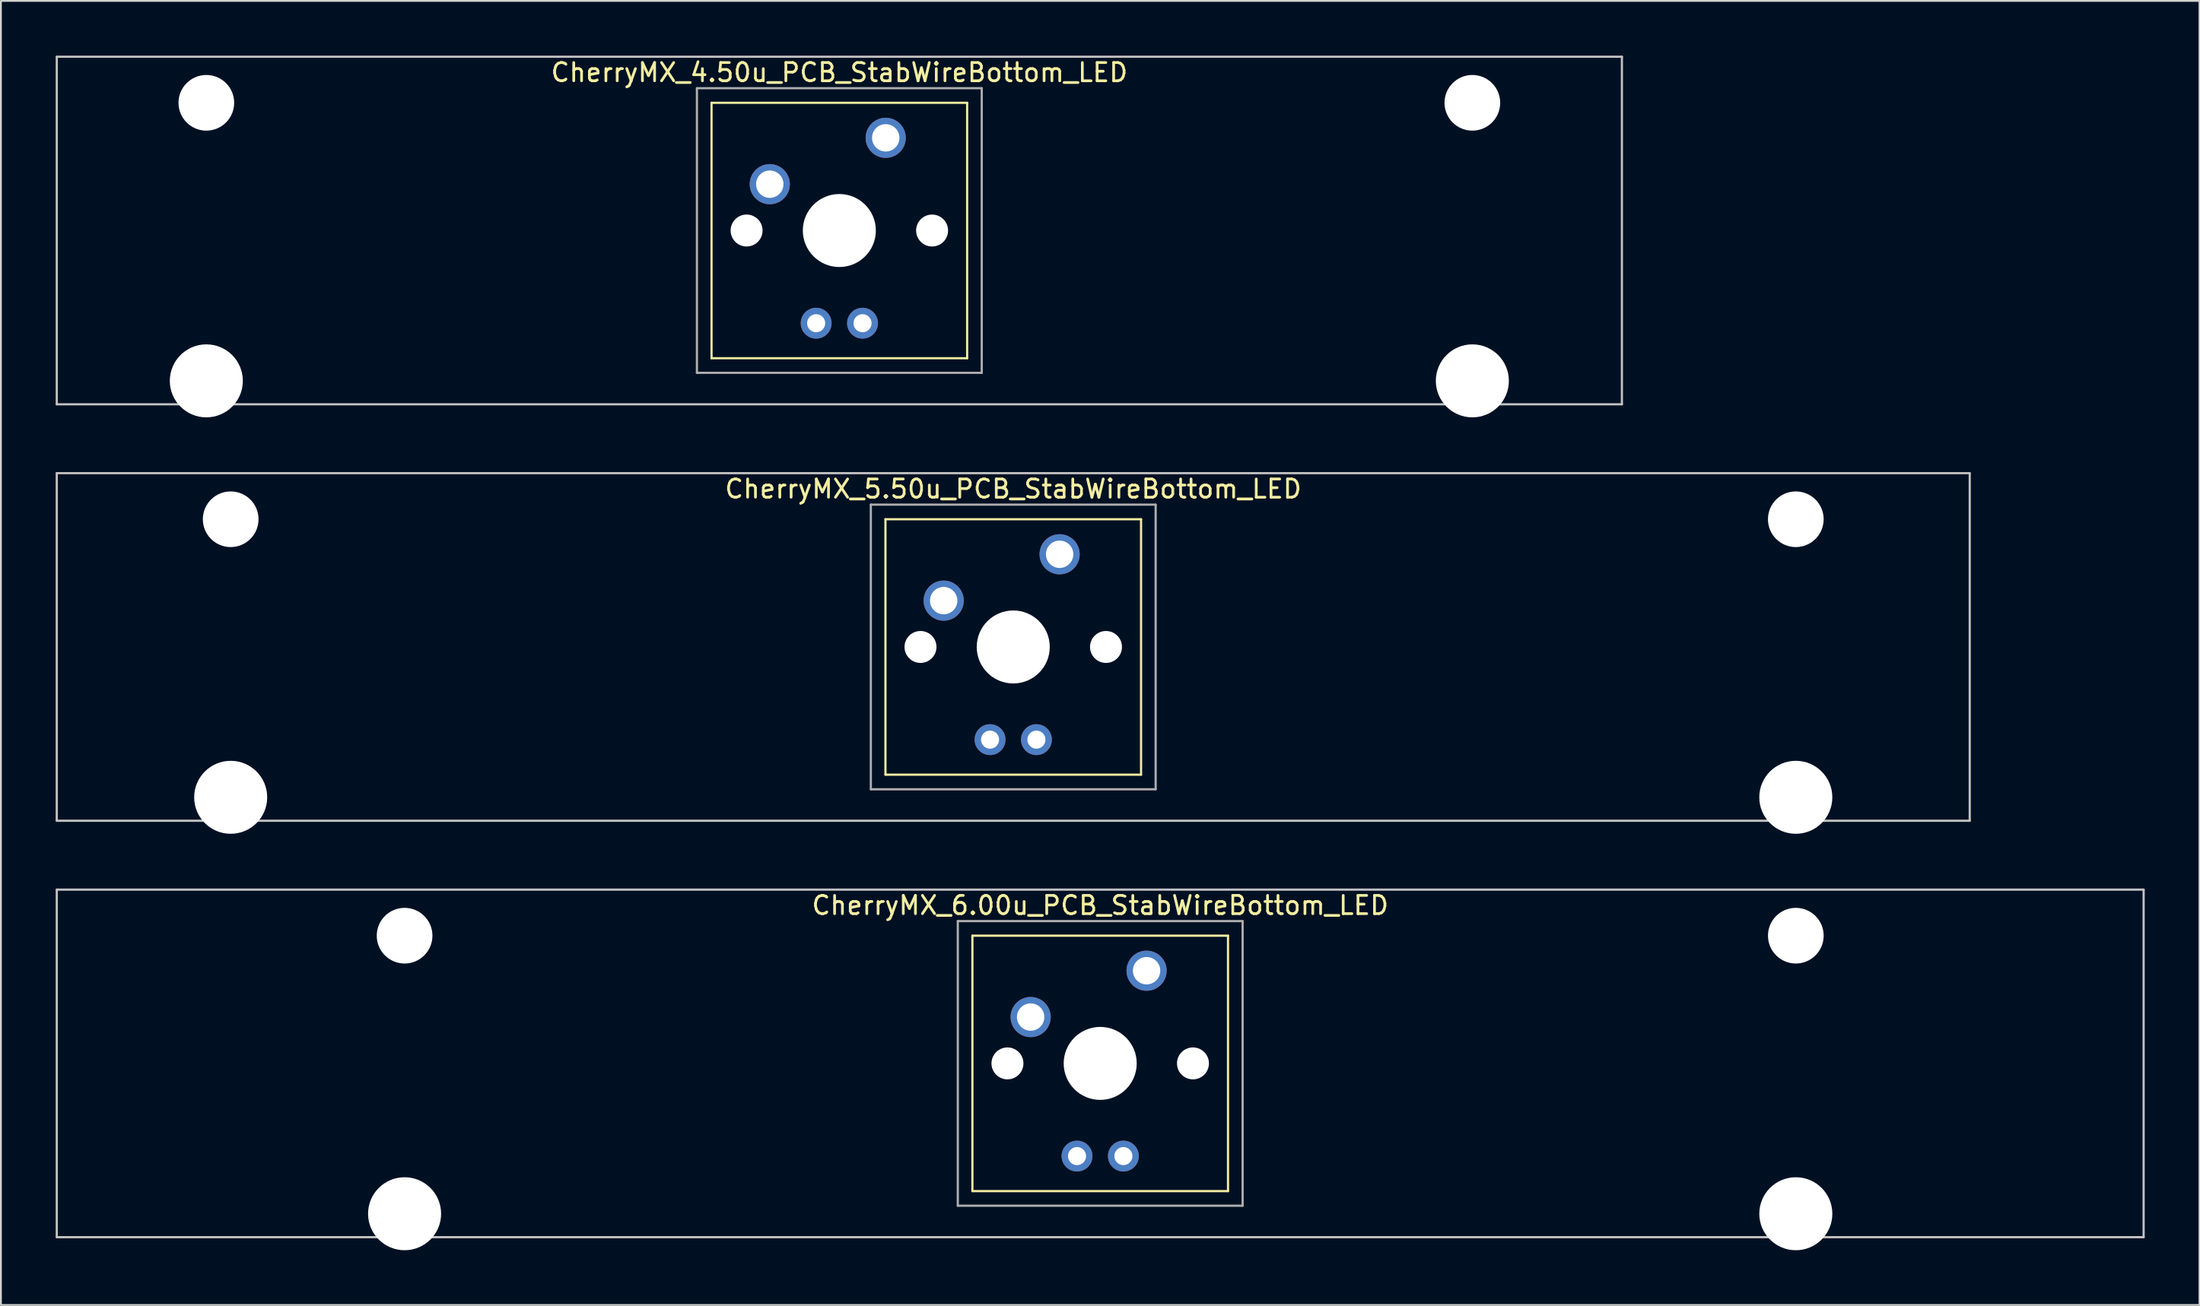
<source format=kicad_pcb>
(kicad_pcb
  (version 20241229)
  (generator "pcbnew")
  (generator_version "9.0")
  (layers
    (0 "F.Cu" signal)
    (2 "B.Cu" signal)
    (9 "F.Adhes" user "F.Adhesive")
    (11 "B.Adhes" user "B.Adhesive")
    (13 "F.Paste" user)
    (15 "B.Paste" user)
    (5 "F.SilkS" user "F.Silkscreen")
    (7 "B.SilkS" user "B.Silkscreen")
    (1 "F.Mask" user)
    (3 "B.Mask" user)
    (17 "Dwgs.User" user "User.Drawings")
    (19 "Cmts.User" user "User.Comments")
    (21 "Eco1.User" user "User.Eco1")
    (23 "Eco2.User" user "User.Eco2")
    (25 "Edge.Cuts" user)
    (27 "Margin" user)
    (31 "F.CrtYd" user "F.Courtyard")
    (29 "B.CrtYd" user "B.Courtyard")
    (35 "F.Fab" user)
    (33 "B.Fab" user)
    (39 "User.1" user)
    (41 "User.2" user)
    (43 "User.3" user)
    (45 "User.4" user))
  (footprint "CherryMX_4.50u_PCB_StabWireBottom_LED"
    (layer "F.Cu")
    (at 42.922 9.585)
    (property "Reference" "CherryMX_4.50u_PCB_StabWireBottom_LED" (at 0 -8.662 0) (layer "F.SilkS") (effects (font (size 1 1) (thickness 0.15))))
    (attr through_hole)
    (fp_line (start -7 -7) (end -7 7) (stroke (width 0.12) (type solid)) (layer "F.SilkS"))
    (fp_line (start -7 -7) (end 7 -7) (stroke (width 0.12) (type solid)) (layer "F.SilkS"))
    (fp_line (start 7 -7) (end 7 7) (stroke (width 0.12) (type solid)) (layer "F.SilkS"))
    (fp_line (start 7 7) (end -7 7) (stroke (width 0.12) (type solid)) (layer "F.SilkS"))
    (fp_line (start -42.862 -9.525) (end 42.862 -9.525) (stroke (width 0.12) (type solid)) (layer "Dwgs.User"))
    (fp_line (start -42.862 9.525) (end -42.862 -9.525) (stroke (width 0.12) (type solid)) (layer "Dwgs.User"))
    (fp_line (start 42.862 -9.525) (end 42.862 9.525) (stroke (width 0.12) (type solid)) (layer "Dwgs.User"))
    (fp_line (start 42.862 9.525) (end -42.862 9.525) (stroke (width 0.12) (type solid)) (layer "Dwgs.User"))
    (fp_line (start -7.8 -7.8) (end -7.8 7.8) (stroke (width 0.12) (type solid)) (layer "F.Fab"))
    (fp_line (start -7.8 -7.8) (end 7.8 -7.8) (stroke (width 0.12) (type solid)) (layer "F.Fab"))
    (fp_line (start -7.8 7.8) (end 7.8 7.8) (stroke (width 0.12) (type solid)) (layer "F.Fab"))
    (fp_line (start 7.8 -7.8) (end 7.8 7.8) (stroke (width 0.12) (type solid)) (layer "F.Fab"))
    (pad "" np_thru_hole circle (at -34.671 -7) (size 3.05 3.05) (drill 3.05) (layers "*.Cu" "*.Mask"))
    (pad "" np_thru_hole circle (at -34.671 8.24) (size 4 4) (drill 4) (layers "*.Cu" "*.Mask"))
    (pad "" np_thru_hole circle (at -5.08 0) (size 1.75 1.75) (drill 1.75) (layers "*.Cu" "*.Mask"))
    (pad "" np_thru_hole circle (at 0 0) (size 4 4) (drill 4) (layers "*.Cu" "*.Mask"))
    (pad "" np_thru_hole circle (at 5.08 0) (size 1.75 1.75) (drill 1.75) (layers "*.Cu" "*.Mask"))
    (pad "" np_thru_hole circle (at 34.671 -7) (size 3.05 3.05) (drill 3.05) (layers "*.Cu" "*.Mask"))
    (pad "" np_thru_hole circle (at 34.671 8.24) (size 4 4) (drill 4) (layers "*.Cu" "*.Mask"))
    (pad "1" thru_hole circle (at -3.81 -2.54) (size 2.2 2.2) (drill 1.5) (layers "*.Cu" "*.Mask"))
    (pad "2" thru_hole circle (at 2.54 -5.08) (size 2.2 2.2) (drill 1.5) (layers "*.Cu" "*.Mask"))
    (pad "3" thru_hole circle (at -1.27 5.08) (size 1.691 1.691) (drill 0.991) (layers "*.Cu" "*.Mask"))
    (pad "4" thru_hole circle (at 1.27 5.08) (size 1.691 1.691) (drill 0.991) (layers "*.Cu" "*.Mask")))
  (footprint "CherryMX_5.50u_PCB_StabWireBottom_LED"
    (layer "F.Cu")
    (at 52.447 32.41)
    (property "Reference" "CherryMX_5.50u_PCB_StabWireBottom_LED" (at 0 -8.662 0) (layer "F.SilkS") (effects (font (size 1 1) (thickness 0.15))))
    (attr through_hole)
    (fp_line (start -7 -7) (end -7 7) (stroke (width 0.12) (type solid)) (layer "F.SilkS"))
    (fp_line (start -7 -7) (end 7 -7) (stroke (width 0.12) (type solid)) (layer "F.SilkS"))
    (fp_line (start 7 -7) (end 7 7) (stroke (width 0.12) (type solid)) (layer "F.SilkS"))
    (fp_line (start 7 7) (end -7 7) (stroke (width 0.12) (type solid)) (layer "F.SilkS"))
    (fp_line (start -52.388 -9.525) (end 52.388 -9.525) (stroke (width 0.12) (type solid)) (layer "Dwgs.User"))
    (fp_line (start -52.388 9.525) (end -52.388 -9.525) (stroke (width 0.12) (type solid)) (layer "Dwgs.User"))
    (fp_line (start 52.388 -9.525) (end 52.388 9.525) (stroke (width 0.12) (type solid)) (layer "Dwgs.User"))
    (fp_line (start 52.388 9.525) (end -52.388 9.525) (stroke (width 0.12) (type solid)) (layer "Dwgs.User"))
    (fp_line (start -7.8 -7.8) (end -7.8 7.8) (stroke (width 0.12) (type solid)) (layer "F.Fab"))
    (fp_line (start -7.8 -7.8) (end 7.8 -7.8) (stroke (width 0.12) (type solid)) (layer "F.Fab"))
    (fp_line (start -7.8 7.8) (end 7.8 7.8) (stroke (width 0.12) (type solid)) (layer "F.Fab"))
    (fp_line (start 7.8 -7.8) (end 7.8 7.8) (stroke (width 0.12) (type solid)) (layer "F.Fab"))
    (pad "" np_thru_hole circle (at -42.862 -7) (size 3.05 3.05) (drill 3.05) (layers "*.Cu" "*.Mask"))
    (pad "" np_thru_hole circle (at -42.862 8.24) (size 4 4) (drill 4) (layers "*.Cu" "*.Mask"))
    (pad "" np_thru_hole circle (at -5.08 0) (size 1.75 1.75) (drill 1.75) (layers "*.Cu" "*.Mask"))
    (pad "" np_thru_hole circle (at 0 0) (size 4 4) (drill 4) (layers "*.Cu" "*.Mask"))
    (pad "" np_thru_hole circle (at 5.08 0) (size 1.75 1.75) (drill 1.75) (layers "*.Cu" "*.Mask"))
    (pad "" np_thru_hole circle (at 42.862 -7) (size 3.05 3.05) (drill 3.05) (layers "*.Cu" "*.Mask"))
    (pad "" np_thru_hole circle (at 42.862 8.24) (size 4 4) (drill 4) (layers "*.Cu" "*.Mask"))
    (pad "1" thru_hole circle (at -3.81 -2.54) (size 2.2 2.2) (drill 1.5) (layers "*.Cu" "*.Mask"))
    (pad "2" thru_hole circle (at 2.54 -5.08) (size 2.2 2.2) (drill 1.5) (layers "*.Cu" "*.Mask"))
    (pad "3" thru_hole circle (at -1.27 5.08) (size 1.691 1.691) (drill 0.991) (layers "*.Cu" "*.Mask"))
    (pad "4" thru_hole circle (at 1.27 5.08) (size 1.691 1.691) (drill 0.991) (layers "*.Cu" "*.Mask")))
  (footprint "CherryMX_6.00u_PCB_StabWireBottom_LED"
    (layer "F.Cu")
    (at 57.21 55.235)
    (property "Reference" "CherryMX_6.00u_PCB_StabWireBottom_LED" (at 0 -8.662 0) (layer "F.SilkS") (effects (font (size 1 1) (thickness 0.15))))
    (attr through_hole)
    (fp_line (start -7 -7) (end -7 7) (stroke (width 0.12) (type solid)) (layer "F.SilkS"))
    (fp_line (start -7 -7) (end 7 -7) (stroke (width 0.12) (type solid)) (layer "F.SilkS"))
    (fp_line (start 7 -7) (end 7 7) (stroke (width 0.12) (type solid)) (layer "F.SilkS"))
    (fp_line (start 7 7) (end -7 7) (stroke (width 0.12) (type solid)) (layer "F.SilkS"))
    (fp_line (start -57.15 -9.525) (end 57.15 -9.525) (stroke (width 0.12) (type solid)) (layer "Dwgs.User"))
    (fp_line (start -57.15 9.525) (end -57.15 -9.525) (stroke (width 0.12) (type solid)) (layer "Dwgs.User"))
    (fp_line (start 57.15 -9.525) (end 57.15 9.525) (stroke (width 0.12) (type solid)) (layer "Dwgs.User"))
    (fp_line (start 57.15 9.525) (end -57.15 9.525) (stroke (width 0.12) (type solid)) (layer "Dwgs.User"))
    (fp_line (start -7.8 -7.8) (end -7.8 7.8) (stroke (width 0.12) (type solid)) (layer "F.Fab"))
    (fp_line (start -7.8 -7.8) (end 7.8 -7.8) (stroke (width 0.12) (type solid)) (layer "F.Fab"))
    (fp_line (start -7.8 7.8) (end 7.8 7.8) (stroke (width 0.12) (type solid)) (layer "F.Fab"))
    (fp_line (start 7.8 -7.8) (end 7.8 7.8) (stroke (width 0.12) (type solid)) (layer "F.Fab"))
    (pad "" np_thru_hole circle (at -38.1 -7) (size 3.05 3.05) (drill 3.05) (layers "*.Cu" "*.Mask"))
    (pad "" np_thru_hole circle (at -38.1 8.24) (size 4 4) (drill 4) (layers "*.Cu" "*.Mask"))
    (pad "" np_thru_hole circle (at -5.08 0) (size 1.75 1.75) (drill 1.75) (layers "*.Cu" "*.Mask"))
    (pad "" np_thru_hole circle (at 0 0) (size 4 4) (drill 4) (layers "*.Cu" "*.Mask"))
    (pad "" np_thru_hole circle (at 5.08 0) (size 1.75 1.75) (drill 1.75) (layers "*.Cu" "*.Mask"))
    (pad "" np_thru_hole circle (at 38.1 -7) (size 3.05 3.05) (drill 3.05) (layers "*.Cu" "*.Mask"))
    (pad "" np_thru_hole circle (at 38.1 8.24) (size 4 4) (drill 4) (layers "*.Cu" "*.Mask"))
    (pad "1" thru_hole circle (at -3.81 -2.54) (size 2.2 2.2) (drill 1.5) (layers "*.Cu" "*.Mask"))
    (pad "2" thru_hole circle (at 2.54 -5.08) (size 2.2 2.2) (drill 1.5) (layers "*.Cu" "*.Mask"))
    (pad "3" thru_hole circle (at -1.27 5.08) (size 1.691 1.691) (drill 0.991) (layers "*.Cu" "*.Mask"))
    (pad "4" thru_hole circle (at 1.27 5.08) (size 1.691 1.691) (drill 0.991) (layers "*.Cu" "*.Mask")))
  (gr_rect
    (start -3 -3)
    (end 117.42 68.475)
    (stroke (width 0.1) (type default))
    (fill no)
    (layer "Edge.Cuts")))
</source>
